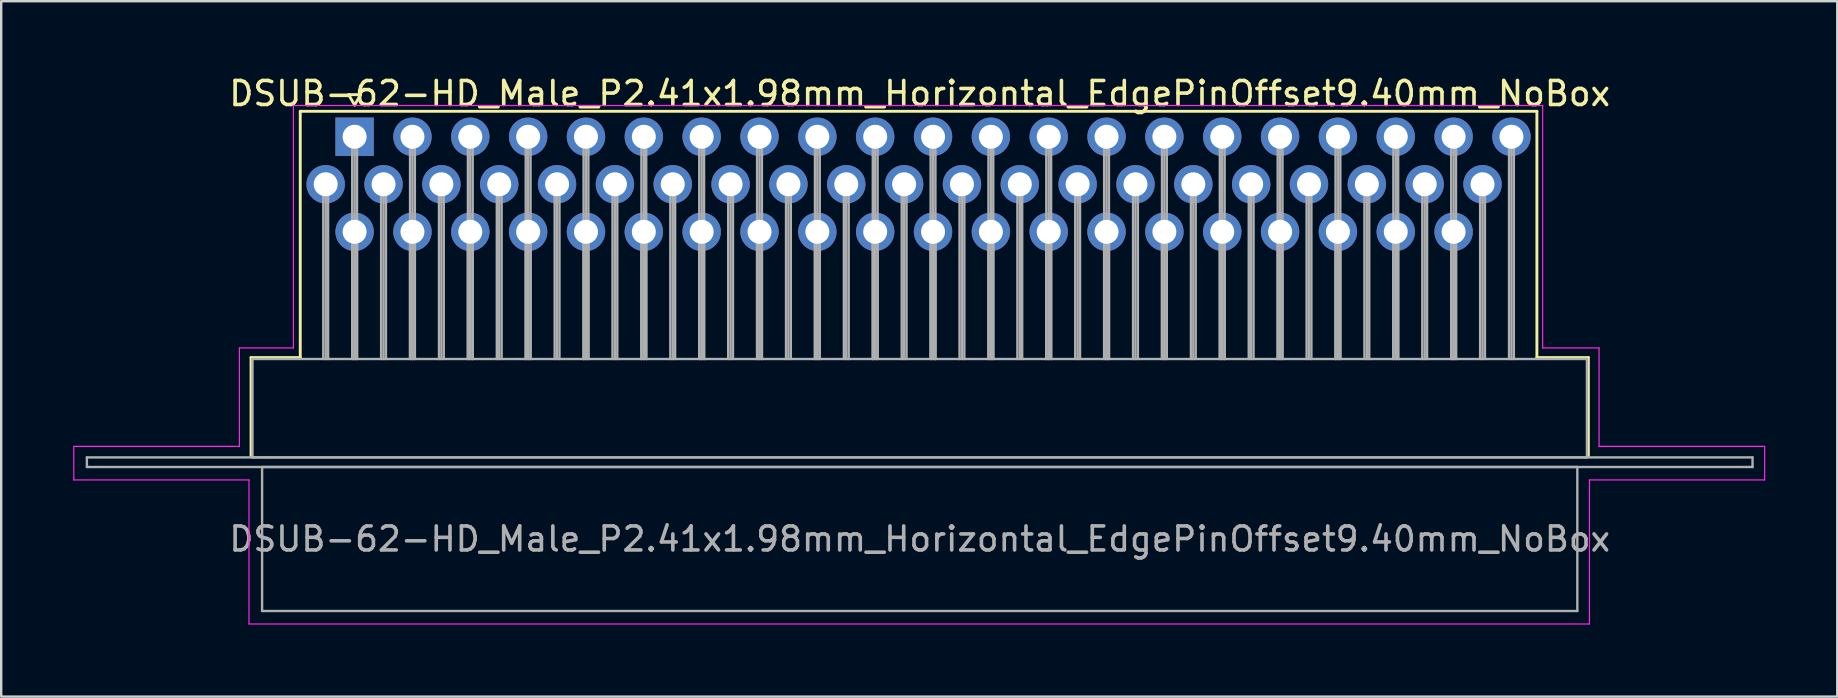
<source format=kicad_pcb>
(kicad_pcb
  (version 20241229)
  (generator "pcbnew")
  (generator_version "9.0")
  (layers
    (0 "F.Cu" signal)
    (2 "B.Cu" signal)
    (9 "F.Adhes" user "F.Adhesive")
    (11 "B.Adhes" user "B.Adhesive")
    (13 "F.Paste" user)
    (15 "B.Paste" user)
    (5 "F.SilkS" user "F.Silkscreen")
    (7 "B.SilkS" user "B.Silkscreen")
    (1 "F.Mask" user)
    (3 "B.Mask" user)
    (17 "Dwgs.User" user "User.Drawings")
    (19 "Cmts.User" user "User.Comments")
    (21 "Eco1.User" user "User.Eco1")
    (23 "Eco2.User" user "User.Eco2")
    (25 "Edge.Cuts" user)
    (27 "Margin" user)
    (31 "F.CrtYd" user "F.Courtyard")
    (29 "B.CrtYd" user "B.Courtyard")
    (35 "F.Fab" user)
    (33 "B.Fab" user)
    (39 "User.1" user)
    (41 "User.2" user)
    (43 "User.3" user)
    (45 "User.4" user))
  (footprint "DSUB-62-HD_Male_P2.41x1.98mm_Horizontal_EdgePinOffset9.40mm_NoBox"
    (layer "F.Cu")
    (at 11.725 2.648)
    (property "Reference" "DSUB-62-HD_Male_P2.41x1.98mm_Horizontal_EdgePinOffset9.40mm_NoBox" (at 23.545 -1.8 0) (layer "F.SilkS") (effects (font (size 1 1) (thickness 0.15))))
    (attr through_hole)
    (fp_line (start -4.315 9.2) (end -2.265 9.2) (stroke (width 0.12) (type solid)) (layer "F.SilkS"))
    (fp_line (start -4.315 13.3) (end -4.315 9.2) (stroke (width 0.12) (type solid)) (layer "F.SilkS"))
    (fp_line (start -2.265 -1.06) (end 49.26 -1.06) (stroke (width 0.12) (type solid)) (layer "F.SilkS"))
    (fp_line (start -2.265 9.2) (end -2.265 -1.06) (stroke (width 0.12) (type solid)) (layer "F.SilkS"))
    (fp_line (start -0.25 -1.754) (end 0.25 -1.754) (stroke (width 0.12) (type solid)) (layer "F.SilkS"))
    (fp_line (start 0 -1.321) (end -0.25 -1.754) (stroke (width 0.12) (type solid)) (layer "F.SilkS"))
    (fp_line (start 0.25 -1.754) (end 0 -1.321) (stroke (width 0.12) (type solid)) (layer "F.SilkS"))
    (fp_line (start 49.26 -1.06) (end 49.26 9.2) (stroke (width 0.12) (type solid)) (layer "F.SilkS"))
    (fp_line (start 49.26 9.2) (end 51.405 9.2) (stroke (width 0.12) (type solid)) (layer "F.SilkS"))
    (fp_line (start 51.405 9.2) (end 51.405 13.3) (stroke (width 0.12) (type solid)) (layer "F.SilkS"))
    (fp_line (start -11.7 12.9) (end -4.8 12.9) (stroke (width 0.05) (type solid)) (layer "F.CrtYd"))
    (fp_line (start -11.7 14.3) (end -11.7 12.9) (stroke (width 0.05) (type solid)) (layer "F.CrtYd"))
    (fp_line (start -4.8 8.8) (end -2.55 8.8) (stroke (width 0.05) (type solid)) (layer "F.CrtYd"))
    (fp_line (start -4.8 12.9) (end -4.8 8.8) (stroke (width 0.05) (type solid)) (layer "F.CrtYd"))
    (fp_line (start -4.4 14.3) (end -11.7 14.3) (stroke (width 0.05) (type solid)) (layer "F.CrtYd"))
    (fp_line (start -4.4 20.3) (end -4.4 14.3) (stroke (width 0.05) (type solid)) (layer "F.CrtYd"))
    (fp_line (start -2.55 -1.3) (end 49.5 -1.3) (stroke (width 0.05) (type solid)) (layer "F.CrtYd"))
    (fp_line (start -2.55 8.8) (end -2.55 -1.3) (stroke (width 0.05) (type solid)) (layer "F.CrtYd"))
    (fp_line (start 49.5 -1.3) (end 49.5 8.8) (stroke (width 0.05) (type solid)) (layer "F.CrtYd"))
    (fp_line (start 49.5 8.8) (end 51.85 8.8) (stroke (width 0.05) (type solid)) (layer "F.CrtYd"))
    (fp_line (start 51.45 14.3) (end 51.45 20.3) (stroke (width 0.05) (type solid)) (layer "F.CrtYd"))
    (fp_line (start 51.45 20.3) (end -4.4 20.3) (stroke (width 0.05) (type solid)) (layer "F.CrtYd"))
    (fp_line (start 51.85 8.8) (end 51.85 12.9) (stroke (width 0.05) (type solid)) (layer "F.CrtYd"))
    (fp_line (start 51.85 12.9) (end 58.75 12.9) (stroke (width 0.05) (type solid)) (layer "F.CrtYd"))
    (fp_line (start 58.75 12.9) (end 58.75 14.3) (stroke (width 0.05) (type solid)) (layer "F.CrtYd"))
    (fp_line (start 58.75 14.3) (end 51.45 14.3) (stroke (width 0.05) (type solid)) (layer "F.CrtYd"))
    (fp_line (start -11.155 13.36) (end -11.155 13.76) (stroke (width 0.1) (type solid)) (layer "F.Fab"))
    (fp_line (start -11.155 13.76) (end 58.245 13.76) (stroke (width 0.1) (type solid)) (layer "F.Fab"))
    (fp_line (start -4.255 9.26) (end -4.255 13.36) (stroke (width 0.1) (type solid)) (layer "F.Fab"))
    (fp_line (start -4.255 13.36) (end 51.345 13.36) (stroke (width 0.1) (type solid)) (layer "F.Fab"))
    (fp_line (start -3.855 13.76) (end -3.855 19.76) (stroke (width 0.1) (type solid)) (layer "F.Fab"))
    (fp_line (start -3.855 19.76) (end 50.945 19.76) (stroke (width 0.1) (type solid)) (layer "F.Fab"))
    (fp_line (start -1.305 1.98) (end -1.305 9.26) (stroke (width 0.1) (type solid)) (layer "F.Fab"))
    (fp_line (start -1.205 1.98) (end -1.205 9.26) (stroke (width 0.1) (type solid)) (layer "F.Fab"))
    (fp_line (start -1.105 1.98) (end -1.105 9.26) (stroke (width 0.1) (type solid)) (layer "F.Fab"))
    (fp_line (start -0.1 0) (end -0.1 9.26) (stroke (width 0.1) (type solid)) (layer "F.Fab"))
    (fp_line (start -0.1 3.96) (end -0.1 9.26) (stroke (width 0.1) (type solid)) (layer "F.Fab"))
    (fp_line (start 0 0) (end 0 9.26) (stroke (width 0.1) (type solid)) (layer "F.Fab"))
    (fp_line (start 0 3.96) (end 0 9.26) (stroke (width 0.1) (type solid)) (layer "F.Fab"))
    (fp_line (start 0.1 0) (end 0.1 9.26) (stroke (width 0.1) (type solid)) (layer "F.Fab"))
    (fp_line (start 0.1 3.96) (end 0.1 9.26) (stroke (width 0.1) (type solid)) (layer "F.Fab"))
    (fp_line (start 1.105 1.98) (end 1.105 9.26) (stroke (width 0.1) (type solid)) (layer "F.Fab"))
    (fp_line (start 1.205 1.98) (end 1.205 9.26) (stroke (width 0.1) (type solid)) (layer "F.Fab"))
    (fp_line (start 1.305 1.98) (end 1.305 9.26) (stroke (width 0.1) (type solid)) (layer "F.Fab"))
    (fp_line (start 2.31 0) (end 2.31 9.26) (stroke (width 0.1) (type solid)) (layer "F.Fab"))
    (fp_line (start 2.31 3.96) (end 2.31 9.26) (stroke (width 0.1) (type solid)) (layer "F.Fab"))
    (fp_line (start 2.41 0) (end 2.41 9.26) (stroke (width 0.1) (type solid)) (layer "F.Fab"))
    (fp_line (start 2.41 3.96) (end 2.41 9.26) (stroke (width 0.1) (type solid)) (layer "F.Fab"))
    (fp_line (start 2.51 0) (end 2.51 9.26) (stroke (width 0.1) (type solid)) (layer "F.Fab"))
    (fp_line (start 2.51 3.96) (end 2.51 9.26) (stroke (width 0.1) (type solid)) (layer "F.Fab"))
    (fp_line (start 3.515 1.98) (end 3.515 9.26) (stroke (width 0.1) (type solid)) (layer "F.Fab"))
    (fp_line (start 3.615 1.98) (end 3.615 9.26) (stroke (width 0.1) (type solid)) (layer "F.Fab"))
    (fp_line (start 3.715 1.98) (end 3.715 9.26) (stroke (width 0.1) (type solid)) (layer "F.Fab"))
    (fp_line (start 4.72 0) (end 4.72 9.26) (stroke (width 0.1) (type solid)) (layer "F.Fab"))
    (fp_line (start 4.72 3.96) (end 4.72 9.26) (stroke (width 0.1) (type solid)) (layer "F.Fab"))
    (fp_line (start 4.82 0) (end 4.82 9.26) (stroke (width 0.1) (type solid)) (layer "F.Fab"))
    (fp_line (start 4.82 3.96) (end 4.82 9.26) (stroke (width 0.1) (type solid)) (layer "F.Fab"))
    (fp_line (start 4.92 0) (end 4.92 9.26) (stroke (width 0.1) (type solid)) (layer "F.Fab"))
    (fp_line (start 4.92 3.96) (end 4.92 9.26) (stroke (width 0.1) (type solid)) (layer "F.Fab"))
    (fp_line (start 5.925 1.98) (end 5.925 9.26) (stroke (width 0.1) (type solid)) (layer "F.Fab"))
    (fp_line (start 6.025 1.98) (end 6.025 9.26) (stroke (width 0.1) (type solid)) (layer "F.Fab"))
    (fp_line (start 6.125 1.98) (end 6.125 9.26) (stroke (width 0.1) (type solid)) (layer "F.Fab"))
    (fp_line (start 7.13 0) (end 7.13 9.26) (stroke (width 0.1) (type solid)) (layer "F.Fab"))
    (fp_line (start 7.13 3.96) (end 7.13 9.26) (stroke (width 0.1) (type solid)) (layer "F.Fab"))
    (fp_line (start 7.23 0) (end 7.23 9.26) (stroke (width 0.1) (type solid)) (layer "F.Fab"))
    (fp_line (start 7.23 3.96) (end 7.23 9.26) (stroke (width 0.1) (type solid)) (layer "F.Fab"))
    (fp_line (start 7.33 0) (end 7.33 9.26) (stroke (width 0.1) (type solid)) (layer "F.Fab"))
    (fp_line (start 7.33 3.96) (end 7.33 9.26) (stroke (width 0.1) (type solid)) (layer "F.Fab"))
    (fp_line (start 8.335 1.98) (end 8.335 9.26) (stroke (width 0.1) (type solid)) (layer "F.Fab"))
    (fp_line (start 8.435 1.98) (end 8.435 9.26) (stroke (width 0.1) (type solid)) (layer "F.Fab"))
    (fp_line (start 8.535 1.98) (end 8.535 9.26) (stroke (width 0.1) (type solid)) (layer "F.Fab"))
    (fp_line (start 9.54 0) (end 9.54 9.26) (stroke (width 0.1) (type solid)) (layer "F.Fab"))
    (fp_line (start 9.54 3.96) (end 9.54 9.26) (stroke (width 0.1) (type solid)) (layer "F.Fab"))
    (fp_line (start 9.64 0) (end 9.64 9.26) (stroke (width 0.1) (type solid)) (layer "F.Fab"))
    (fp_line (start 9.64 3.96) (end 9.64 9.26) (stroke (width 0.1) (type solid)) (layer "F.Fab"))
    (fp_line (start 9.74 0) (end 9.74 9.26) (stroke (width 0.1) (type solid)) (layer "F.Fab"))
    (fp_line (start 9.74 3.96) (end 9.74 9.26) (stroke (width 0.1) (type solid)) (layer "F.Fab"))
    (fp_line (start 10.745 1.98) (end 10.745 9.26) (stroke (width 0.1) (type solid)) (layer "F.Fab"))
    (fp_line (start 10.845 1.98) (end 10.845 9.26) (stroke (width 0.1) (type solid)) (layer "F.Fab"))
    (fp_line (start 10.945 1.98) (end 10.945 9.26) (stroke (width 0.1) (type solid)) (layer "F.Fab"))
    (fp_line (start 11.95 0) (end 11.95 9.26) (stroke (width 0.1) (type solid)) (layer "F.Fab"))
    (fp_line (start 11.95 3.96) (end 11.95 9.26) (stroke (width 0.1) (type solid)) (layer "F.Fab"))
    (fp_line (start 12.05 0) (end 12.05 9.26) (stroke (width 0.1) (type solid)) (layer "F.Fab"))
    (fp_line (start 12.05 3.96) (end 12.05 9.26) (stroke (width 0.1) (type solid)) (layer "F.Fab"))
    (fp_line (start 12.15 0) (end 12.15 9.26) (stroke (width 0.1) (type solid)) (layer "F.Fab"))
    (fp_line (start 12.15 3.96) (end 12.15 9.26) (stroke (width 0.1) (type solid)) (layer "F.Fab"))
    (fp_line (start 13.155 1.98) (end 13.155 9.26) (stroke (width 0.1) (type solid)) (layer "F.Fab"))
    (fp_line (start 13.255 1.98) (end 13.255 9.26) (stroke (width 0.1) (type solid)) (layer "F.Fab"))
    (fp_line (start 13.355 1.98) (end 13.355 9.26) (stroke (width 0.1) (type solid)) (layer "F.Fab"))
    (fp_line (start 14.36 0) (end 14.36 9.26) (stroke (width 0.1) (type solid)) (layer "F.Fab"))
    (fp_line (start 14.36 3.96) (end 14.36 9.26) (stroke (width 0.1) (type solid)) (layer "F.Fab"))
    (fp_line (start 14.46 0) (end 14.46 9.26) (stroke (width 0.1) (type solid)) (layer "F.Fab"))
    (fp_line (start 14.46 3.96) (end 14.46 9.26) (stroke (width 0.1) (type solid)) (layer "F.Fab"))
    (fp_line (start 14.56 0) (end 14.56 9.26) (stroke (width 0.1) (type solid)) (layer "F.Fab"))
    (fp_line (start 14.56 3.96) (end 14.56 9.26) (stroke (width 0.1) (type solid)) (layer "F.Fab"))
    (fp_line (start 15.565 1.98) (end 15.565 9.26) (stroke (width 0.1) (type solid)) (layer "F.Fab"))
    (fp_line (start 15.665 1.98) (end 15.665 9.26) (stroke (width 0.1) (type solid)) (layer "F.Fab"))
    (fp_line (start 15.765 1.98) (end 15.765 9.26) (stroke (width 0.1) (type solid)) (layer "F.Fab"))
    (fp_line (start 16.77 0) (end 16.77 9.26) (stroke (width 0.1) (type solid)) (layer "F.Fab"))
    (fp_line (start 16.77 3.96) (end 16.77 9.26) (stroke (width 0.1) (type solid)) (layer "F.Fab"))
    (fp_line (start 16.87 0) (end 16.87 9.26) (stroke (width 0.1) (type solid)) (layer "F.Fab"))
    (fp_line (start 16.87 3.96) (end 16.87 9.26) (stroke (width 0.1) (type solid)) (layer "F.Fab"))
    (fp_line (start 16.97 0) (end 16.97 9.26) (stroke (width 0.1) (type solid)) (layer "F.Fab"))
    (fp_line (start 16.97 3.96) (end 16.97 9.26) (stroke (width 0.1) (type solid)) (layer "F.Fab"))
    (fp_line (start 17.975 1.98) (end 17.975 9.26) (stroke (width 0.1) (type solid)) (layer "F.Fab"))
    (fp_line (start 18.075 1.98) (end 18.075 9.26) (stroke (width 0.1) (type solid)) (layer "F.Fab"))
    (fp_line (start 18.175 1.98) (end 18.175 9.26) (stroke (width 0.1) (type solid)) (layer "F.Fab"))
    (fp_line (start 19.18 0) (end 19.18 9.26) (stroke (width 0.1) (type solid)) (layer "F.Fab"))
    (fp_line (start 19.18 3.96) (end 19.18 9.26) (stroke (width 0.1) (type solid)) (layer "F.Fab"))
    (fp_line (start 19.28 0) (end 19.28 9.26) (stroke (width 0.1) (type solid)) (layer "F.Fab"))
    (fp_line (start 19.28 3.96) (end 19.28 9.26) (stroke (width 0.1) (type solid)) (layer "F.Fab"))
    (fp_line (start 19.38 0) (end 19.38 9.26) (stroke (width 0.1) (type solid)) (layer "F.Fab"))
    (fp_line (start 19.38 3.96) (end 19.38 9.26) (stroke (width 0.1) (type solid)) (layer "F.Fab"))
    (fp_line (start 20.385 1.98) (end 20.385 9.26) (stroke (width 0.1) (type solid)) (layer "F.Fab"))
    (fp_line (start 20.485 1.98) (end 20.485 9.26) (stroke (width 0.1) (type solid)) (layer "F.Fab"))
    (fp_line (start 20.585 1.98) (end 20.585 9.26) (stroke (width 0.1) (type solid)) (layer "F.Fab"))
    (fp_line (start 21.59 0) (end 21.59 9.26) (stroke (width 0.1) (type solid)) (layer "F.Fab"))
    (fp_line (start 21.59 3.96) (end 21.59 9.26) (stroke (width 0.1) (type solid)) (layer "F.Fab"))
    (fp_line (start 21.69 0) (end 21.69 9.26) (stroke (width 0.1) (type solid)) (layer "F.Fab"))
    (fp_line (start 21.69 3.96) (end 21.69 9.26) (stroke (width 0.1) (type solid)) (layer "F.Fab"))
    (fp_line (start 21.79 0) (end 21.79 9.26) (stroke (width 0.1) (type solid)) (layer "F.Fab"))
    (fp_line (start 21.79 3.96) (end 21.79 9.26) (stroke (width 0.1) (type solid)) (layer "F.Fab"))
    (fp_line (start 22.795 1.98) (end 22.795 9.26) (stroke (width 0.1) (type solid)) (layer "F.Fab"))
    (fp_line (start 22.895 1.98) (end 22.895 9.26) (stroke (width 0.1) (type solid)) (layer "F.Fab"))
    (fp_line (start 22.995 1.98) (end 22.995 9.26) (stroke (width 0.1) (type solid)) (layer "F.Fab"))
    (fp_line (start 24 0) (end 24 9.26) (stroke (width 0.1) (type solid)) (layer "F.Fab"))
    (fp_line (start 24 3.96) (end 24 9.26) (stroke (width 0.1) (type solid)) (layer "F.Fab"))
    (fp_line (start 24.1 0) (end 24.1 9.26) (stroke (width 0.1) (type solid)) (layer "F.Fab"))
    (fp_line (start 24.1 3.96) (end 24.1 9.26) (stroke (width 0.1) (type solid)) (layer "F.Fab"))
    (fp_line (start 24.2 0) (end 24.2 9.26) (stroke (width 0.1) (type solid)) (layer "F.Fab"))
    (fp_line (start 24.2 3.96) (end 24.2 9.26) (stroke (width 0.1) (type solid)) (layer "F.Fab"))
    (fp_line (start 25.205 1.98) (end 25.205 9.26) (stroke (width 0.1) (type solid)) (layer "F.Fab"))
    (fp_line (start 25.305 1.98) (end 25.305 9.26) (stroke (width 0.1) (type solid)) (layer "F.Fab"))
    (fp_line (start 25.405 1.98) (end 25.405 9.26) (stroke (width 0.1) (type solid)) (layer "F.Fab"))
    (fp_line (start 26.41 0) (end 26.41 9.26) (stroke (width 0.1) (type solid)) (layer "F.Fab"))
    (fp_line (start 26.41 3.96) (end 26.41 9.26) (stroke (width 0.1) (type solid)) (layer "F.Fab"))
    (fp_line (start 26.51 0) (end 26.51 9.26) (stroke (width 0.1) (type solid)) (layer "F.Fab"))
    (fp_line (start 26.51 3.96) (end 26.51 9.26) (stroke (width 0.1) (type solid)) (layer "F.Fab"))
    (fp_line (start 26.61 0) (end 26.61 9.26) (stroke (width 0.1) (type solid)) (layer "F.Fab"))
    (fp_line (start 26.61 3.96) (end 26.61 9.26) (stroke (width 0.1) (type solid)) (layer "F.Fab"))
    (fp_line (start 27.615 1.98) (end 27.615 9.26) (stroke (width 0.1) (type solid)) (layer "F.Fab"))
    (fp_line (start 27.715 1.98) (end 27.715 9.26) (stroke (width 0.1) (type solid)) (layer "F.Fab"))
    (fp_line (start 27.815 1.98) (end 27.815 9.26) (stroke (width 0.1) (type solid)) (layer "F.Fab"))
    (fp_line (start 28.82 0) (end 28.82 9.26) (stroke (width 0.1) (type solid)) (layer "F.Fab"))
    (fp_line (start 28.82 3.96) (end 28.82 9.26) (stroke (width 0.1) (type solid)) (layer "F.Fab"))
    (fp_line (start 28.92 0) (end 28.92 9.26) (stroke (width 0.1) (type solid)) (layer "F.Fab"))
    (fp_line (start 28.92 3.96) (end 28.92 9.26) (stroke (width 0.1) (type solid)) (layer "F.Fab"))
    (fp_line (start 29.02 0) (end 29.02 9.26) (stroke (width 0.1) (type solid)) (layer "F.Fab"))
    (fp_line (start 29.02 3.96) (end 29.02 9.26) (stroke (width 0.1) (type solid)) (layer "F.Fab"))
    (fp_line (start 30.025 1.98) (end 30.025 9.26) (stroke (width 0.1) (type solid)) (layer "F.Fab"))
    (fp_line (start 30.125 1.98) (end 30.125 9.26) (stroke (width 0.1) (type solid)) (layer "F.Fab"))
    (fp_line (start 30.225 1.98) (end 30.225 9.26) (stroke (width 0.1) (type solid)) (layer "F.Fab"))
    (fp_line (start 31.23 0) (end 31.23 9.26) (stroke (width 0.1) (type solid)) (layer "F.Fab"))
    (fp_line (start 31.23 3.96) (end 31.23 9.26) (stroke (width 0.1) (type solid)) (layer "F.Fab"))
    (fp_line (start 31.33 0) (end 31.33 9.26) (stroke (width 0.1) (type solid)) (layer "F.Fab"))
    (fp_line (start 31.33 3.96) (end 31.33 9.26) (stroke (width 0.1) (type solid)) (layer "F.Fab"))
    (fp_line (start 31.43 0) (end 31.43 9.26) (stroke (width 0.1) (type solid)) (layer "F.Fab"))
    (fp_line (start 31.43 3.96) (end 31.43 9.26) (stroke (width 0.1) (type solid)) (layer "F.Fab"))
    (fp_line (start 32.435 1.98) (end 32.435 9.26) (stroke (width 0.1) (type solid)) (layer "F.Fab"))
    (fp_line (start 32.535 1.98) (end 32.535 9.26) (stroke (width 0.1) (type solid)) (layer "F.Fab"))
    (fp_line (start 32.635 1.98) (end 32.635 9.26) (stroke (width 0.1) (type solid)) (layer "F.Fab"))
    (fp_line (start 33.64 0) (end 33.64 9.26) (stroke (width 0.1) (type solid)) (layer "F.Fab"))
    (fp_line (start 33.64 3.96) (end 33.64 9.26) (stroke (width 0.1) (type solid)) (layer "F.Fab"))
    (fp_line (start 33.74 0) (end 33.74 9.26) (stroke (width 0.1) (type solid)) (layer "F.Fab"))
    (fp_line (start 33.74 3.96) (end 33.74 9.26) (stroke (width 0.1) (type solid)) (layer "F.Fab"))
    (fp_line (start 33.84 0) (end 33.84 9.26) (stroke (width 0.1) (type solid)) (layer "F.Fab"))
    (fp_line (start 33.84 3.96) (end 33.84 9.26) (stroke (width 0.1) (type solid)) (layer "F.Fab"))
    (fp_line (start 34.845 1.98) (end 34.845 9.26) (stroke (width 0.1) (type solid)) (layer "F.Fab"))
    (fp_line (start 34.945 1.98) (end 34.945 9.26) (stroke (width 0.1) (type solid)) (layer "F.Fab"))
    (fp_line (start 35.045 1.98) (end 35.045 9.26) (stroke (width 0.1) (type solid)) (layer "F.Fab"))
    (fp_line (start 36.05 0) (end 36.05 9.26) (stroke (width 0.1) (type solid)) (layer "F.Fab"))
    (fp_line (start 36.05 3.96) (end 36.05 9.26) (stroke (width 0.1) (type solid)) (layer "F.Fab"))
    (fp_line (start 36.15 0) (end 36.15 9.26) (stroke (width 0.1) (type solid)) (layer "F.Fab"))
    (fp_line (start 36.15 3.96) (end 36.15 9.26) (stroke (width 0.1) (type solid)) (layer "F.Fab"))
    (fp_line (start 36.25 0) (end 36.25 9.26) (stroke (width 0.1) (type solid)) (layer "F.Fab"))
    (fp_line (start 36.25 3.96) (end 36.25 9.26) (stroke (width 0.1) (type solid)) (layer "F.Fab"))
    (fp_line (start 37.255 1.98) (end 37.255 9.26) (stroke (width 0.1) (type solid)) (layer "F.Fab"))
    (fp_line (start 37.355 1.98) (end 37.355 9.26) (stroke (width 0.1) (type solid)) (layer "F.Fab"))
    (fp_line (start 37.455 1.98) (end 37.455 9.26) (stroke (width 0.1) (type solid)) (layer "F.Fab"))
    (fp_line (start 38.46 0) (end 38.46 9.26) (stroke (width 0.1) (type solid)) (layer "F.Fab"))
    (fp_line (start 38.46 3.96) (end 38.46 9.26) (stroke (width 0.1) (type solid)) (layer "F.Fab"))
    (fp_line (start 38.56 0) (end 38.56 9.26) (stroke (width 0.1) (type solid)) (layer "F.Fab"))
    (fp_line (start 38.56 3.96) (end 38.56 9.26) (stroke (width 0.1) (type solid)) (layer "F.Fab"))
    (fp_line (start 38.66 0) (end 38.66 9.26) (stroke (width 0.1) (type solid)) (layer "F.Fab"))
    (fp_line (start 38.66 3.96) (end 38.66 9.26) (stroke (width 0.1) (type solid)) (layer "F.Fab"))
    (fp_line (start 39.665 1.98) (end 39.665 9.26) (stroke (width 0.1) (type solid)) (layer "F.Fab"))
    (fp_line (start 39.765 1.98) (end 39.765 9.26) (stroke (width 0.1) (type solid)) (layer "F.Fab"))
    (fp_line (start 39.865 1.98) (end 39.865 9.26) (stroke (width 0.1) (type solid)) (layer "F.Fab"))
    (fp_line (start 40.87 0) (end 40.87 9.26) (stroke (width 0.1) (type solid)) (layer "F.Fab"))
    (fp_line (start 40.87 3.96) (end 40.87 9.26) (stroke (width 0.1) (type solid)) (layer "F.Fab"))
    (fp_line (start 40.97 0) (end 40.97 9.26) (stroke (width 0.1) (type solid)) (layer "F.Fab"))
    (fp_line (start 40.97 3.96) (end 40.97 9.26) (stroke (width 0.1) (type solid)) (layer "F.Fab"))
    (fp_line (start 41.07 0) (end 41.07 9.26) (stroke (width 0.1) (type solid)) (layer "F.Fab"))
    (fp_line (start 41.07 3.96) (end 41.07 9.26) (stroke (width 0.1) (type solid)) (layer "F.Fab"))
    (fp_line (start 42.075 1.98) (end 42.075 9.26) (stroke (width 0.1) (type solid)) (layer "F.Fab"))
    (fp_line (start 42.175 1.98) (end 42.175 9.26) (stroke (width 0.1) (type solid)) (layer "F.Fab"))
    (fp_line (start 42.275 1.98) (end 42.275 9.26) (stroke (width 0.1) (type solid)) (layer "F.Fab"))
    (fp_line (start 43.28 0) (end 43.28 9.26) (stroke (width 0.1) (type solid)) (layer "F.Fab"))
    (fp_line (start 43.28 3.96) (end 43.28 9.26) (stroke (width 0.1) (type solid)) (layer "F.Fab"))
    (fp_line (start 43.38 0) (end 43.38 9.26) (stroke (width 0.1) (type solid)) (layer "F.Fab"))
    (fp_line (start 43.38 3.96) (end 43.38 9.26) (stroke (width 0.1) (type solid)) (layer "F.Fab"))
    (fp_line (start 43.48 0) (end 43.48 9.26) (stroke (width 0.1) (type solid)) (layer "F.Fab"))
    (fp_line (start 43.48 3.96) (end 43.48 9.26) (stroke (width 0.1) (type solid)) (layer "F.Fab"))
    (fp_line (start 44.485 1.98) (end 44.485 9.26) (stroke (width 0.1) (type solid)) (layer "F.Fab"))
    (fp_line (start 44.585 1.98) (end 44.585 9.26) (stroke (width 0.1) (type solid)) (layer "F.Fab"))
    (fp_line (start 44.685 1.98) (end 44.685 9.26) (stroke (width 0.1) (type solid)) (layer "F.Fab"))
    (fp_line (start 45.69 0) (end 45.69 9.26) (stroke (width 0.1) (type solid)) (layer "F.Fab"))
    (fp_line (start 45.69 3.96) (end 45.69 9.26) (stroke (width 0.1) (type solid)) (layer "F.Fab"))
    (fp_line (start 45.79 0) (end 45.79 9.26) (stroke (width 0.1) (type solid)) (layer "F.Fab"))
    (fp_line (start 45.79 3.96) (end 45.79 9.26) (stroke (width 0.1) (type solid)) (layer "F.Fab"))
    (fp_line (start 45.89 0) (end 45.89 9.26) (stroke (width 0.1) (type solid)) (layer "F.Fab"))
    (fp_line (start 45.89 3.96) (end 45.89 9.26) (stroke (width 0.1) (type solid)) (layer "F.Fab"))
    (fp_line (start 46.895 1.98) (end 46.895 9.26) (stroke (width 0.1) (type solid)) (layer "F.Fab"))
    (fp_line (start 46.995 1.98) (end 46.995 9.26) (stroke (width 0.1) (type solid)) (layer "F.Fab"))
    (fp_line (start 47.095 1.98) (end 47.095 9.26) (stroke (width 0.1) (type solid)) (layer "F.Fab"))
    (fp_line (start 48.1 0) (end 48.1 9.26) (stroke (width 0.1) (type solid)) (layer "F.Fab"))
    (fp_line (start 48.2 0) (end 48.2 9.26) (stroke (width 0.1) (type solid)) (layer "F.Fab"))
    (fp_line (start 48.3 0) (end 48.3 9.26) (stroke (width 0.1) (type solid)) (layer "F.Fab"))
    (fp_line (start 50.945 13.76) (end -3.855 13.76) (stroke (width 0.1) (type solid)) (layer "F.Fab"))
    (fp_line (start 50.945 19.76) (end 50.945 13.76) (stroke (width 0.1) (type solid)) (layer "F.Fab"))
    (fp_line (start 51.345 9.26) (end -4.255 9.26) (stroke (width 0.1) (type solid)) (layer "F.Fab"))
    (fp_line (start 51.345 13.36) (end 51.345 9.26) (stroke (width 0.1) (type solid)) (layer "F.Fab"))
    (fp_line (start 58.245 13.36) (end -11.155 13.36) (stroke (width 0.1) (type solid)) (layer "F.Fab"))
    (fp_line (start 58.245 13.76) (end 58.245 13.36) (stroke (width 0.1) (type solid)) (layer "F.Fab"))
    (fp_text user "${REFERENCE}" (at 23.545 16.76 0) (layer "F.Fab") (effects (font (size 1 1) (thickness 0.15))))
    (pad "1" thru_hole rect (at 0 0) (size 1.6 1.6) (drill 1) (layers "*.Cu" "*.Mask"))
    (pad "2" thru_hole circle (at 2.41 0) (size 1.6 1.6) (drill 1) (layers "*.Cu" "*.Mask"))
    (pad "3" thru_hole circle (at 4.82 0) (size 1.6 1.6) (drill 1) (layers "*.Cu" "*.Mask"))
    (pad "4" thru_hole circle (at 7.23 0) (size 1.6 1.6) (drill 1) (layers "*.Cu" "*.Mask"))
    (pad "5" thru_hole circle (at 9.64 0) (size 1.6 1.6) (drill 1) (layers "*.Cu" "*.Mask"))
    (pad "6" thru_hole circle (at 12.05 0) (size 1.6 1.6) (drill 1) (layers "*.Cu" "*.Mask"))
    (pad "7" thru_hole circle (at 14.46 0) (size 1.6 1.6) (drill 1) (layers "*.Cu" "*.Mask"))
    (pad "8" thru_hole circle (at 16.87 0) (size 1.6 1.6) (drill 1) (layers "*.Cu" "*.Mask"))
    (pad "9" thru_hole circle (at 19.28 0) (size 1.6 1.6) (drill 1) (layers "*.Cu" "*.Mask"))
    (pad "10" thru_hole circle (at 21.69 0) (size 1.6 1.6) (drill 1) (layers "*.Cu" "*.Mask"))
    (pad "11" thru_hole circle (at 24.1 0) (size 1.6 1.6) (drill 1) (layers "*.Cu" "*.Mask"))
    (pad "12" thru_hole circle (at 26.51 0) (size 1.6 1.6) (drill 1) (layers "*.Cu" "*.Mask"))
    (pad "13" thru_hole circle (at 28.92 0) (size 1.6 1.6) (drill 1) (layers "*.Cu" "*.Mask"))
    (pad "14" thru_hole circle (at 31.33 0) (size 1.6 1.6) (drill 1) (layers "*.Cu" "*.Mask"))
    (pad "15" thru_hole circle (at 33.74 0) (size 1.6 1.6) (drill 1) (layers "*.Cu" "*.Mask"))
    (pad "16" thru_hole circle (at 36.15 0) (size 1.6 1.6) (drill 1) (layers "*.Cu" "*.Mask"))
    (pad "17" thru_hole circle (at 38.56 0) (size 1.6 1.6) (drill 1) (layers "*.Cu" "*.Mask"))
    (pad "18" thru_hole circle (at 40.97 0) (size 1.6 1.6) (drill 1) (layers "*.Cu" "*.Mask"))
    (pad "19" thru_hole circle (at 43.38 0) (size 1.6 1.6) (drill 1) (layers "*.Cu" "*.Mask"))
    (pad "20" thru_hole circle (at 45.79 0) (size 1.6 1.6) (drill 1) (layers "*.Cu" "*.Mask"))
    (pad "21" thru_hole circle (at 48.2 0) (size 1.6 1.6) (drill 1) (layers "*.Cu" "*.Mask"))
    (pad "22" thru_hole circle (at -1.205 1.98) (size 1.6 1.6) (drill 1) (layers "*.Cu" "*.Mask"))
    (pad "23" thru_hole circle (at 1.205 1.98) (size 1.6 1.6) (drill 1) (layers "*.Cu" "*.Mask"))
    (pad "24" thru_hole circle (at 3.615 1.98) (size 1.6 1.6) (drill 1) (layers "*.Cu" "*.Mask"))
    (pad "25" thru_hole circle (at 6.025 1.98) (size 1.6 1.6) (drill 1) (layers "*.Cu" "*.Mask"))
    (pad "26" thru_hole circle (at 8.435 1.98) (size 1.6 1.6) (drill 1) (layers "*.Cu" "*.Mask"))
    (pad "27" thru_hole circle (at 10.845 1.98) (size 1.6 1.6) (drill 1) (layers "*.Cu" "*.Mask"))
    (pad "28" thru_hole circle (at 13.255 1.98) (size 1.6 1.6) (drill 1) (layers "*.Cu" "*.Mask"))
    (pad "29" thru_hole circle (at 15.665 1.98) (size 1.6 1.6) (drill 1) (layers "*.Cu" "*.Mask"))
    (pad "30" thru_hole circle (at 18.075 1.98) (size 1.6 1.6) (drill 1) (layers "*.Cu" "*.Mask"))
    (pad "31" thru_hole circle (at 20.485 1.98) (size 1.6 1.6) (drill 1) (layers "*.Cu" "*.Mask"))
    (pad "32" thru_hole circle (at 22.895 1.98) (size 1.6 1.6) (drill 1) (layers "*.Cu" "*.Mask"))
    (pad "33" thru_hole circle (at 25.305 1.98) (size 1.6 1.6) (drill 1) (layers "*.Cu" "*.Mask"))
    (pad "34" thru_hole circle (at 27.715 1.98) (size 1.6 1.6) (drill 1) (layers "*.Cu" "*.Mask"))
    (pad "35" thru_hole circle (at 30.125 1.98) (size 1.6 1.6) (drill 1) (layers "*.Cu" "*.Mask"))
    (pad "36" thru_hole circle (at 32.535 1.98) (size 1.6 1.6) (drill 1) (layers "*.Cu" "*.Mask"))
    (pad "37" thru_hole circle (at 34.945 1.98) (size 1.6 1.6) (drill 1) (layers "*.Cu" "*.Mask"))
    (pad "38" thru_hole circle (at 37.355 1.98) (size 1.6 1.6) (drill 1) (layers "*.Cu" "*.Mask"))
    (pad "39" thru_hole circle (at 39.765 1.98) (size 1.6 1.6) (drill 1) (layers "*.Cu" "*.Mask"))
    (pad "40" thru_hole circle (at 42.175 1.98) (size 1.6 1.6) (drill 1) (layers "*.Cu" "*.Mask"))
    (pad "41" thru_hole circle (at 44.585 1.98) (size 1.6 1.6) (drill 1) (layers "*.Cu" "*.Mask"))
    (pad "42" thru_hole circle (at 46.995 1.98) (size 1.6 1.6) (drill 1) (layers "*.Cu" "*.Mask"))
    (pad "43" thru_hole circle (at 0 3.96) (size 1.6 1.6) (drill 1) (layers "*.Cu" "*.Mask"))
    (pad "44" thru_hole circle (at 2.41 3.96) (size 1.6 1.6) (drill 1) (layers "*.Cu" "*.Mask"))
    (pad "45" thru_hole circle (at 4.82 3.96) (size 1.6 1.6) (drill 1) (layers "*.Cu" "*.Mask"))
    (pad "46" thru_hole circle (at 7.23 3.96) (size 1.6 1.6) (drill 1) (layers "*.Cu" "*.Mask"))
    (pad "47" thru_hole circle (at 9.64 3.96) (size 1.6 1.6) (drill 1) (layers "*.Cu" "*.Mask"))
    (pad "48" thru_hole circle (at 12.05 3.96) (size 1.6 1.6) (drill 1) (layers "*.Cu" "*.Mask"))
    (pad "49" thru_hole circle (at 14.46 3.96) (size 1.6 1.6) (drill 1) (layers "*.Cu" "*.Mask"))
    (pad "50" thru_hole circle (at 16.87 3.96) (size 1.6 1.6) (drill 1) (layers "*.Cu" "*.Mask"))
    (pad "51" thru_hole circle (at 19.28 3.96) (size 1.6 1.6) (drill 1) (layers "*.Cu" "*.Mask"))
    (pad "52" thru_hole circle (at 21.69 3.96) (size 1.6 1.6) (drill 1) (layers "*.Cu" "*.Mask"))
    (pad "53" thru_hole circle (at 24.1 3.96) (size 1.6 1.6) (drill 1) (layers "*.Cu" "*.Mask"))
    (pad "54" thru_hole circle (at 26.51 3.96) (size 1.6 1.6) (drill 1) (layers "*.Cu" "*.Mask"))
    (pad "55" thru_hole circle (at 28.92 3.96) (size 1.6 1.6) (drill 1) (layers "*.Cu" "*.Mask"))
    (pad "56" thru_hole circle (at 31.33 3.96) (size 1.6 1.6) (drill 1) (layers "*.Cu" "*.Mask"))
    (pad "57" thru_hole circle (at 33.74 3.96) (size 1.6 1.6) (drill 1) (layers "*.Cu" "*.Mask"))
    (pad "58" thru_hole circle (at 36.15 3.96) (size 1.6 1.6) (drill 1) (layers "*.Cu" "*.Mask"))
    (pad "59" thru_hole circle (at 38.56 3.96) (size 1.6 1.6) (drill 1) (layers "*.Cu" "*.Mask"))
    (pad "60" thru_hole circle (at 40.97 3.96) (size 1.6 1.6) (drill 1) (layers "*.Cu" "*.Mask"))
    (pad "61" thru_hole circle (at 43.38 3.96) (size 1.6 1.6) (drill 1) (layers "*.Cu" "*.Mask"))
    (pad "62" thru_hole circle (at 45.79 3.96) (size 1.6 1.6) (drill 1) (layers "*.Cu" "*.Mask")))
  (gr_rect
    (start -3 -3)
    (end 73.5 25.973)
    (stroke (width 0.1) (type default))
    (fill no)
    (layer "Edge.Cuts")))
</source>
